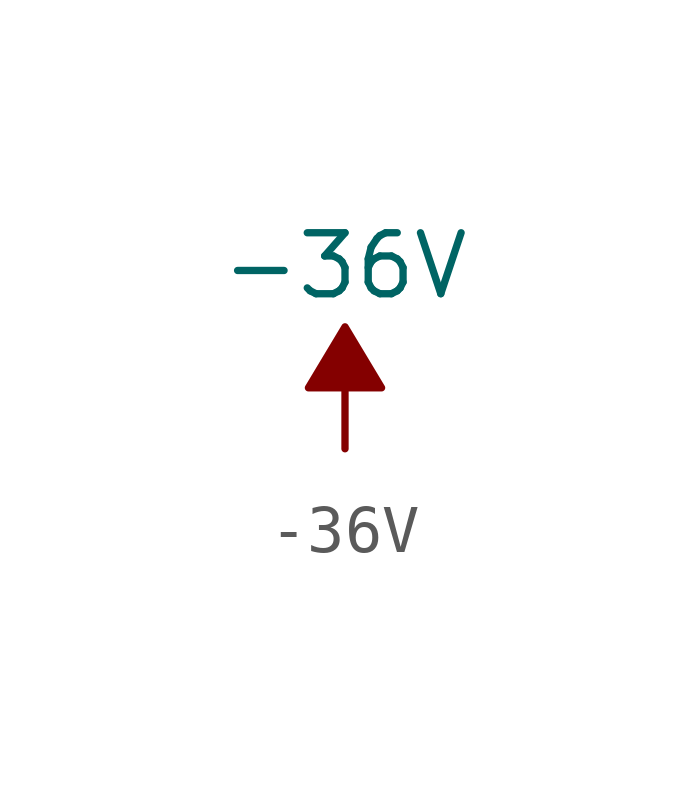
<source format=kicad_sym>
(kicad_symbol_lib
  (version 20231120)
  (generator "kicad_symbol_editor")
  (generator_version "8.0")
  (symbol "-36V"
    (power)
    (pin_numbers hide)
    (pin_names
      (offset 0) hide)
    (property "Reference" "#PWR"
      (at 0 2.54 0)
      (effects (font (size 1.27 1.27)) (hide yes)))
    (property "Value" "-36V"
      (at 0 3.81 0)
      (effects (font (size 1.27 1.27))))
    (symbol "-36V_0_0"
      (pin power_in line (at 0 0 90) (length 0) hide (name "-36V" (effects (font (size 1.27 1.27)))) (number "1" (effects (font (size 1.27 1.27))))))
    (symbol "-36V_0_1"
      (polyline (pts (xy 0 0) (xy 0 1.27) (xy 0.762 1.27) (xy 0 2.54) (xy -0.762 1.27) (xy 0 1.27)) (stroke (width 0) (type default)) (fill (type outline))))))
</source>
